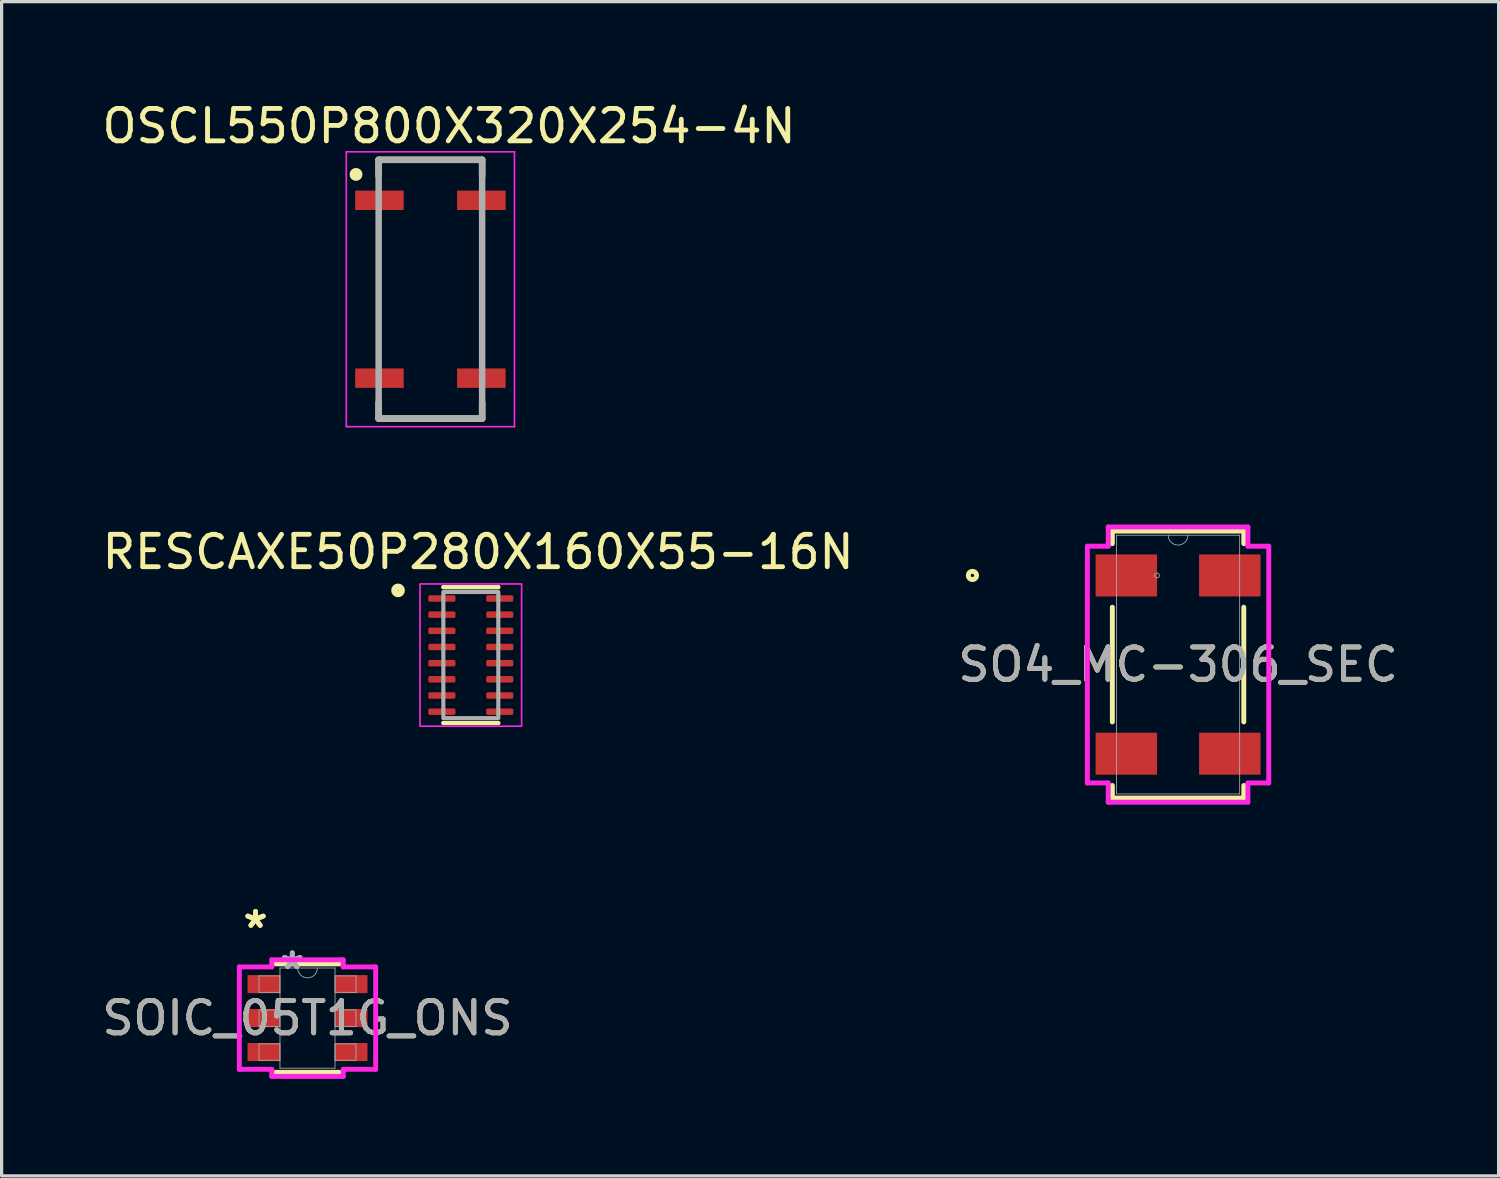
<source format=kicad_pcb>
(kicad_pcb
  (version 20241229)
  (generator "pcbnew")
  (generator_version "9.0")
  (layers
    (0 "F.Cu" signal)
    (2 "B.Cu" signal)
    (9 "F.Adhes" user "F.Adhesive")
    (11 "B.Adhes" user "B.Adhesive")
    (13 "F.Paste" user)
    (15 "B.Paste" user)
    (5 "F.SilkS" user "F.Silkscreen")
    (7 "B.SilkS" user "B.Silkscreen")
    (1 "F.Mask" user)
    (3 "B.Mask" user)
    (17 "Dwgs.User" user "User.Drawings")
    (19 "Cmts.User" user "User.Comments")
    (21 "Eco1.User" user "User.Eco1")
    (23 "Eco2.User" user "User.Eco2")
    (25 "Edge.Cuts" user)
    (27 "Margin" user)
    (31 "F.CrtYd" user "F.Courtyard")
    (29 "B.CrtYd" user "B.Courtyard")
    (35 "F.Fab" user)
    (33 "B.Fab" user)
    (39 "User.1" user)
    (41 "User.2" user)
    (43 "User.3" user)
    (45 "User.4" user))
  (footprint "SOIC_05T1G_ONS"
    (layer "F.Cu")
    (at 6.458 28.43)
    (property "Reference" "SOIC_05T1G_ONS" (at 0 0 0) (unlocked yes) (layer "F.SilkS") (effects (font (size 1 1) (thickness 0.15))))
    (attr smd)
    (fp_line (start -0.978 1.676) (end 0.978 1.676) (stroke (width 0.152) (type solid)) (layer "F.SilkS"))
    (fp_line (start 0.978 -1.676) (end -0.978 -1.676) (stroke (width 0.152) (type solid)) (layer "F.SilkS"))
    (fp_line (start -2.108 -1.583) (end -1.105 -1.583) (stroke (width 0.152) (type solid)) (layer "F.CrtYd"))
    (fp_line (start -2.108 1.583) (end -2.108 -1.583) (stroke (width 0.152) (type solid)) (layer "F.CrtYd"))
    (fp_line (start -2.108 1.583) (end -1.105 1.583) (stroke (width 0.152) (type solid)) (layer "F.CrtYd"))
    (fp_line (start -1.105 -1.803) (end 1.105 -1.803) (stroke (width 0.152) (type solid)) (layer "F.CrtYd"))
    (fp_line (start -1.105 -1.583) (end -1.105 -1.803) (stroke (width 0.152) (type solid)) (layer "F.CrtYd"))
    (fp_line (start -1.105 1.803) (end -1.105 1.583) (stroke (width 0.152) (type solid)) (layer "F.CrtYd"))
    (fp_line (start 1.105 -1.803) (end 1.105 -1.583) (stroke (width 0.152) (type solid)) (layer "F.CrtYd"))
    (fp_line (start 1.105 1.583) (end 1.105 1.803) (stroke (width 0.152) (type solid)) (layer "F.CrtYd"))
    (fp_line (start 1.105 1.803) (end -1.105 1.803) (stroke (width 0.152) (type solid)) (layer "F.CrtYd"))
    (fp_line (start 2.108 -1.583) (end 1.105 -1.583) (stroke (width 0.152) (type solid)) (layer "F.CrtYd"))
    (fp_line (start 2.108 -1.583) (end 2.108 1.583) (stroke (width 0.152) (type solid)) (layer "F.CrtYd"))
    (fp_line (start 2.108 1.583) (end 1.105 1.583) (stroke (width 0.152) (type solid)) (layer "F.CrtYd"))
    (fp_line (start -1.499 -1.304) (end -1.499 -0.796) (stroke (width 0.025) (type solid)) (layer "F.Fab"))
    (fp_line (start -1.499 -0.796) (end -0.851 -0.796) (stroke (width 0.025) (type solid)) (layer "F.Fab"))
    (fp_line (start -1.499 -0.254) (end -1.499 0.254) (stroke (width 0.025) (type solid)) (layer "F.Fab"))
    (fp_line (start -1.499 0.254) (end -0.851 0.254) (stroke (width 0.025) (type solid)) (layer "F.Fab"))
    (fp_line (start -1.499 0.796) (end -1.499 1.304) (stroke (width 0.025) (type solid)) (layer "F.Fab"))
    (fp_line (start -1.499 1.304) (end -0.851 1.304) (stroke (width 0.025) (type solid)) (layer "F.Fab"))
    (fp_line (start -0.851 -1.549) (end -0.851 1.549) (stroke (width 0.025) (type solid)) (layer "F.Fab"))
    (fp_line (start -0.851 -1.304) (end -1.499 -1.304) (stroke (width 0.025) (type solid)) (layer "F.Fab"))
    (fp_line (start -0.851 -0.796) (end -0.851 -1.304) (stroke (width 0.025) (type solid)) (layer "F.Fab"))
    (fp_line (start -0.851 -0.254) (end -1.499 -0.254) (stroke (width 0.025) (type solid)) (layer "F.Fab"))
    (fp_line (start -0.851 0.254) (end -0.851 -0.254) (stroke (width 0.025) (type solid)) (layer "F.Fab"))
    (fp_line (start -0.851 0.796) (end -1.499 0.796) (stroke (width 0.025) (type solid)) (layer "F.Fab"))
    (fp_line (start -0.851 1.304) (end -0.851 0.796) (stroke (width 0.025) (type solid)) (layer "F.Fab"))
    (fp_line (start -0.851 1.549) (end 0.851 1.549) (stroke (width 0.025) (type solid)) (layer "F.Fab"))
    (fp_line (start 0.851 -1.549) (end -0.851 -1.549) (stroke (width 0.025) (type solid)) (layer "F.Fab"))
    (fp_line (start 0.851 -1.304) (end 0.851 -0.796) (stroke (width 0.025) (type solid)) (layer "F.Fab"))
    (fp_line (start 0.851 -0.796) (end 1.499 -0.796) (stroke (width 0.025) (type solid)) (layer "F.Fab"))
    (fp_line (start 0.851 -0.254) (end 0.851 0.254) (stroke (width 0.025) (type solid)) (layer "F.Fab"))
    (fp_line (start 0.851 0.254) (end 1.499 0.254) (stroke (width 0.025) (type solid)) (layer "F.Fab"))
    (fp_line (start 0.851 0.796) (end 0.851 1.304) (stroke (width 0.025) (type solid)) (layer "F.Fab"))
    (fp_line (start 0.851 1.304) (end 1.499 1.304) (stroke (width 0.025) (type solid)) (layer "F.Fab"))
    (fp_line (start 0.851 1.549) (end 0.851 -1.549) (stroke (width 0.025) (type solid)) (layer "F.Fab"))
    (fp_line (start 1.499 -1.304) (end 0.851 -1.304) (stroke (width 0.025) (type solid)) (layer "F.Fab"))
    (fp_line (start 1.499 -0.796) (end 1.499 -1.304) (stroke (width 0.025) (type solid)) (layer "F.Fab"))
    (fp_line (start 1.499 -0.254) (end 0.851 -0.254) (stroke (width 0.025) (type solid)) (layer "F.Fab"))
    (fp_line (start 1.499 0.254) (end 1.499 -0.254) (stroke (width 0.025) (type solid)) (layer "F.Fab"))
    (fp_line (start 1.499 0.796) (end 0.851 0.796) (stroke (width 0.025) (type solid)) (layer "F.Fab"))
    (fp_line (start 1.499 1.304) (end 1.499 0.796) (stroke (width 0.025) (type solid)) (layer "F.Fab"))
    (fp_arc (start 0.3048 -1.5494) (mid 0 -1.2446) (end -0.3048 -1.5494) (stroke (width 0.0254) (type solid)) (layer "F.Fab"))
    (fp_text user "*" (at -1.607 -2.752 0) (layer "F.SilkS") (effects (font (size 1 1) (thickness 0.15))))
    (fp_text user "*" (at -1.607 -2.752 0) (unlocked yes) (layer "F.SilkS") (effects (font (size 1 1) (thickness 0.15))))
    (fp_text user "*" (at -0.47 -1.473 0) (unlocked yes) (layer "F.Fab") (effects (font (size 1 1) (thickness 0.15))))
    (fp_text user "*" (at -0.47 -1.473 0) (layer "F.Fab") (effects (font (size 1 1) (thickness 0.15))))
    (fp_text user "${REFERENCE}" (at 0 0 0) (unlocked yes) (layer "F.Fab") (effects (font (size 1 1) (thickness 0.15))))
    (pad "1" smd rect (at -1.353 -1.05) (size 1.003 0.559) (layers "F.Cu" "F.Mask" "F.Paste"))
    (pad "2" smd rect (at -1.353 0) (size 1.003 0.559) (layers "F.Cu" "F.Mask" "F.Paste"))
    (pad "3" smd rect (at -1.353 1.05) (size 1.003 0.559) (layers "F.Cu" "F.Mask" "F.Paste"))
    (pad "4" smd rect (at 1.353 1.05) (size 1.003 0.559) (layers "F.Cu" "F.Mask" "F.Paste"))
    (pad "5" smd rect (at 1.353 0) (size 1.003 0.559) (layers "F.Cu" "F.Mask" "F.Paste"))
    (pad "6" smd rect (at 1.353 -1.05) (size 1.003 0.559) (layers "F.Cu" "F.Mask" "F.Paste")))
  (footprint "OSCL550P800X320X254-4N"
    (layer "F.Cu")
    (at 10.258 5.893)
    (property "Reference" "OSCL550P800X320X254-4N" (at 0.576 -5.044 0) (layer "F.SilkS") (effects (font (size 1.002 1.002) (thickness 0.15))))
    (attr smd)
    (fp_line (start -1.6 -4) (end -1.6 -3.5) (stroke (width 0.2) (type solid)) (layer "F.SilkS"))
    (fp_line (start -1.6 4) (end -1.6 3.5) (stroke (width 0.2) (type solid)) (layer "F.SilkS"))
    (fp_line (start 1.6 -4) (end -1.6 -4) (stroke (width 0.2) (type solid)) (layer "F.SilkS"))
    (fp_line (start 1.6 -3.5) (end 1.6 -4) (stroke (width 0.2) (type solid)) (layer "F.SilkS"))
    (fp_line (start 1.6 3.5) (end 1.6 4) (stroke (width 0.2) (type solid)) (layer "F.SilkS"))
    (fp_line (start 1.6 4) (end -1.6 4) (stroke (width 0.2) (type solid)) (layer "F.SilkS"))
    (fp_circle (center -2.3 -3.55) (end -2.2 -3.55) (stroke (width 0.2) (type solid)) (fill no) (layer "F.SilkS"))
    (fp_line (start -2.6 -4.25) (end 2.6 -4.25) (stroke (width 0.05) (type solid)) (layer "F.CrtYd"))
    (fp_line (start -2.6 4.25) (end -2.6 -4.25) (stroke (width 0.05) (type solid)) (layer "F.CrtYd"))
    (fp_line (start 2.6 -4.25) (end 2.6 4.25) (stroke (width 0.05) (type solid)) (layer "F.CrtYd"))
    (fp_line (start 2.6 4.25) (end -2.6 4.25) (stroke (width 0.05) (type solid)) (layer "F.CrtYd"))
    (fp_line (start -1.6 -4) (end 1.6 -4) (stroke (width 0.2) (type solid)) (layer "F.Fab"))
    (fp_line (start -1.6 4) (end -1.6 -4) (stroke (width 0.2) (type solid)) (layer "F.Fab"))
    (fp_line (start 1.6 -4) (end 1.6 4) (stroke (width 0.2) (type solid)) (layer "F.Fab"))
    (fp_line (start 1.6 4) (end -1.6 4) (stroke (width 0.2) (type solid)) (layer "F.Fab"))
    (pad "1" smd rect (at -1.575 -2.75) (size 1.5 0.6) (layers "F.Cu" "F.Mask" "F.Paste"))
    (pad "2" smd rect (at -1.575 2.75) (size 1.5 0.6) (layers "F.Cu" "F.Mask" "F.Paste"))
    (pad "3" smd rect (at 1.575 2.75) (size 1.5 0.6) (layers "F.Cu" "F.Mask" "F.Paste"))
    (pad "4" smd rect (at 1.575 -2.75) (size 1.5 0.6) (layers "F.Cu" "F.Mask" "F.Paste")))
  (footprint "SO4_MC-306_SEC"
    (layer "F.Cu")
    (at 33.376 17.499)
    (property "Reference" "SO4_MC-306_SEC" (at 0 0 0) (unlocked yes) (layer "F.SilkS") (effects (font (size 1 1) (thickness 0.15))))
    (attr smd)
    (fp_line (start -2.032 -4.128) (end -2.032 -3.739) (stroke (width 0.152) (type solid)) (layer "F.SilkS"))
    (fp_line (start -2.032 -1.773) (end -2.032 1.773) (stroke (width 0.152) (type solid)) (layer "F.SilkS"))
    (fp_line (start -2.032 3.739) (end -2.032 4.128) (stroke (width 0.152) (type solid)) (layer "F.SilkS"))
    (fp_line (start -2.032 4.128) (end 2.032 4.128) (stroke (width 0.152) (type solid)) (layer "F.SilkS"))
    (fp_line (start 2.032 -4.128) (end -2.032 -4.128) (stroke (width 0.152) (type solid)) (layer "F.SilkS"))
    (fp_line (start 2.032 -3.739) (end 2.032 -4.128) (stroke (width 0.152) (type solid)) (layer "F.SilkS"))
    (fp_line (start 2.032 1.773) (end 2.032 -1.773) (stroke (width 0.152) (type solid)) (layer "F.SilkS"))
    (fp_line (start 2.032 4.128) (end 2.032 3.739) (stroke (width 0.152) (type solid)) (layer "F.SilkS"))
    (fp_circle (center -6.358 -2.756) (end -6.231 -2.756) (stroke (width 0.152) (type solid)) (fill no) (layer "F.SilkS"))
    (fp_line (start -2.804 -3.66) (end -2.159 -3.66) (stroke (width 0.152) (type solid)) (layer "F.CrtYd"))
    (fp_line (start -2.804 3.66) (end -2.804 -3.66) (stroke (width 0.152) (type solid)) (layer "F.CrtYd"))
    (fp_line (start -2.804 3.66) (end -2.159 3.66) (stroke (width 0.152) (type solid)) (layer "F.CrtYd"))
    (fp_line (start -2.159 -4.255) (end 2.159 -4.255) (stroke (width 0.152) (type solid)) (layer "F.CrtYd"))
    (fp_line (start -2.159 -3.66) (end -2.159 -4.255) (stroke (width 0.152) (type solid)) (layer "F.CrtYd"))
    (fp_line (start -2.159 4.255) (end -2.159 3.66) (stroke (width 0.152) (type solid)) (layer "F.CrtYd"))
    (fp_line (start 2.159 -4.255) (end 2.159 -3.66) (stroke (width 0.152) (type solid)) (layer "F.CrtYd"))
    (fp_line (start 2.159 3.66) (end 2.159 4.255) (stroke (width 0.152) (type solid)) (layer "F.CrtYd"))
    (fp_line (start 2.159 4.255) (end -2.159 4.255) (stroke (width 0.152) (type solid)) (layer "F.CrtYd"))
    (fp_line (start 2.804 -3.66) (end 2.159 -3.66) (stroke (width 0.152) (type solid)) (layer "F.CrtYd"))
    (fp_line (start 2.804 -3.66) (end 2.804 3.66) (stroke (width 0.152) (type solid)) (layer "F.CrtYd"))
    (fp_line (start 2.804 3.66) (end 2.159 3.66) (stroke (width 0.152) (type solid)) (layer "F.CrtYd"))
    (fp_line (start -1.905 -4) (end -1.905 4) (stroke (width 0.025) (type solid)) (layer "F.Fab"))
    (fp_line (start -1.905 4) (end 1.905 4) (stroke (width 0.025) (type solid)) (layer "F.Fab"))
    (fp_line (start 1.905 -4) (end -1.905 -4) (stroke (width 0.025) (type solid)) (layer "F.Fab"))
    (fp_line (start 1.905 4) (end 1.905 -4) (stroke (width 0.025) (type solid)) (layer "F.Fab"))
    (fp_arc (start 0.3048 -4.0005) (mid 0 -3.6957) (end -0.3048 -4.0005) (stroke (width 0.0254) (type solid)) (layer "F.Fab"))
    (fp_circle (center -0.65 -2.756) (end -0.574 -2.756) (stroke (width 0.025) (type solid)) (fill no) (layer "F.Fab"))
    (fp_text user "${REFERENCE}" (at 0 0 0) (unlocked yes) (layer "F.Fab") (effects (font (size 1 1) (thickness 0.15))))
    (pad "1" smd rect (at -1.6 -2.756) (size 1.9 1.3) (layers "F.Cu" "F.Mask" "F.Paste"))
    (pad "2" smd rect (at -1.6 2.756) (size 1.9 1.3) (layers "F.Cu" "F.Mask" "F.Paste"))
    (pad "3" smd rect (at 1.6 2.756) (size 1.9 1.3) (layers "F.Cu" "F.Mask" "F.Paste"))
    (pad "4" smd rect (at 1.6 -2.756) (size 1.9 1.3) (layers "F.Cu" "F.Mask" "F.Paste")))
  (footprint "RESCAXE50P280X160X55-16N"
    (layer "F.Cu")
    (at 11.508 17.205)
    (property "Reference" "RESCAXE50P280X160X55-16N" (at 0.225 -3.188 0) (layer "F.SilkS") (effects (font (size 1.001 1.001) (thickness 0.15))))
    (attr smd)
    (fp_line (start -0.85 -2.1) (end 0.85 -2.1) (stroke (width 0.127) (type solid)) (layer "F.SilkS"))
    (fp_line (start -0.85 2.1) (end 0.85 2.1) (stroke (width 0.127) (type solid)) (layer "F.SilkS"))
    (fp_line (start 0.85 -2.1) (end -0.85 -2.1) (stroke (width 0.127) (type solid)) (layer "F.SilkS"))
    (fp_line (start 0.85 2.1) (end -0.85 2.1) (stroke (width 0.127) (type solid)) (layer "F.SilkS"))
    (fp_circle (center -2.25 -2) (end -2.138 -2) (stroke (width 0.2) (type solid)) (fill no) (layer "F.SilkS"))
    (fp_rect (start -1.57 -2.2) (end 1.57 2.2) (stroke (width 0.05) (type solid)) (fill no) (layer "F.CrtYd"))
    (fp_rect (start -0.85 -1.95) (end 0.85 1.95) (stroke (width 0.127) (type solid)) (fill no) (layer "F.Fab"))
    (pad "1" smd roundrect (at -0.895 -1.75) (size 0.84 0.2) (layers "F.Cu" "F.Mask" "F.Paste") (roundrect_rratio 0.25))
    (pad "2" smd roundrect (at -0.895 -1.25) (size 0.84 0.2) (layers "F.Cu" "F.Mask" "F.Paste") (roundrect_rratio 0.25))
    (pad "3" smd roundrect (at -0.895 -0.75) (size 0.84 0.2) (layers "F.Cu" "F.Mask" "F.Paste") (roundrect_rratio 0.25))
    (pad "4" smd roundrect (at -0.895 -0.25) (size 0.84 0.2) (layers "F.Cu" "F.Mask" "F.Paste") (roundrect_rratio 0.25))
    (pad "5" smd roundrect (at -0.895 0.25) (size 0.84 0.2) (layers "F.Cu" "F.Mask" "F.Paste") (roundrect_rratio 0.25))
    (pad "6" smd roundrect (at -0.895 0.75) (size 0.84 0.2) (layers "F.Cu" "F.Mask" "F.Paste") (roundrect_rratio 0.25))
    (pad "7" smd roundrect (at -0.895 1.25) (size 0.84 0.2) (layers "F.Cu" "F.Mask" "F.Paste") (roundrect_rratio 0.25))
    (pad "8" smd roundrect (at -0.895 1.75) (size 0.84 0.2) (layers "F.Cu" "F.Mask" "F.Paste") (roundrect_rratio 0.25))
    (pad "9" smd roundrect (at 0.895 1.75) (size 0.84 0.2) (layers "F.Cu" "F.Mask" "F.Paste") (roundrect_rratio 0.25))
    (pad "10" smd roundrect (at 0.895 1.25) (size 0.84 0.2) (layers "F.Cu" "F.Mask" "F.Paste") (roundrect_rratio 0.25))
    (pad "11" smd roundrect (at 0.895 0.75) (size 0.84 0.2) (layers "F.Cu" "F.Mask" "F.Paste") (roundrect_rratio 0.25))
    (pad "12" smd roundrect (at 0.895 0.25) (size 0.84 0.2) (layers "F.Cu" "F.Mask" "F.Paste") (roundrect_rratio 0.25))
    (pad "13" smd roundrect (at 0.895 -0.25) (size 0.84 0.2) (layers "F.Cu" "F.Mask" "F.Paste") (roundrect_rratio 0.25))
    (pad "14" smd roundrect (at 0.895 -0.75) (size 0.84 0.2) (layers "F.Cu" "F.Mask" "F.Paste") (roundrect_rratio 0.25))
    (pad "15" smd roundrect (at 0.895 -1.25) (size 0.84 0.2) (layers "F.Cu" "F.Mask" "F.Paste") (roundrect_rratio 0.25))
    (pad "16" smd roundrect (at 0.895 -1.75) (size 0.84 0.2) (layers "F.Cu" "F.Mask" "F.Paste") (roundrect_rratio 0.25)))
  (gr_rect
    (start -3 -3)
    (end 43.287 33.309)
    (stroke (width 0.1) (type default))
    (fill no)
    (layer "Edge.Cuts")))
</source>
